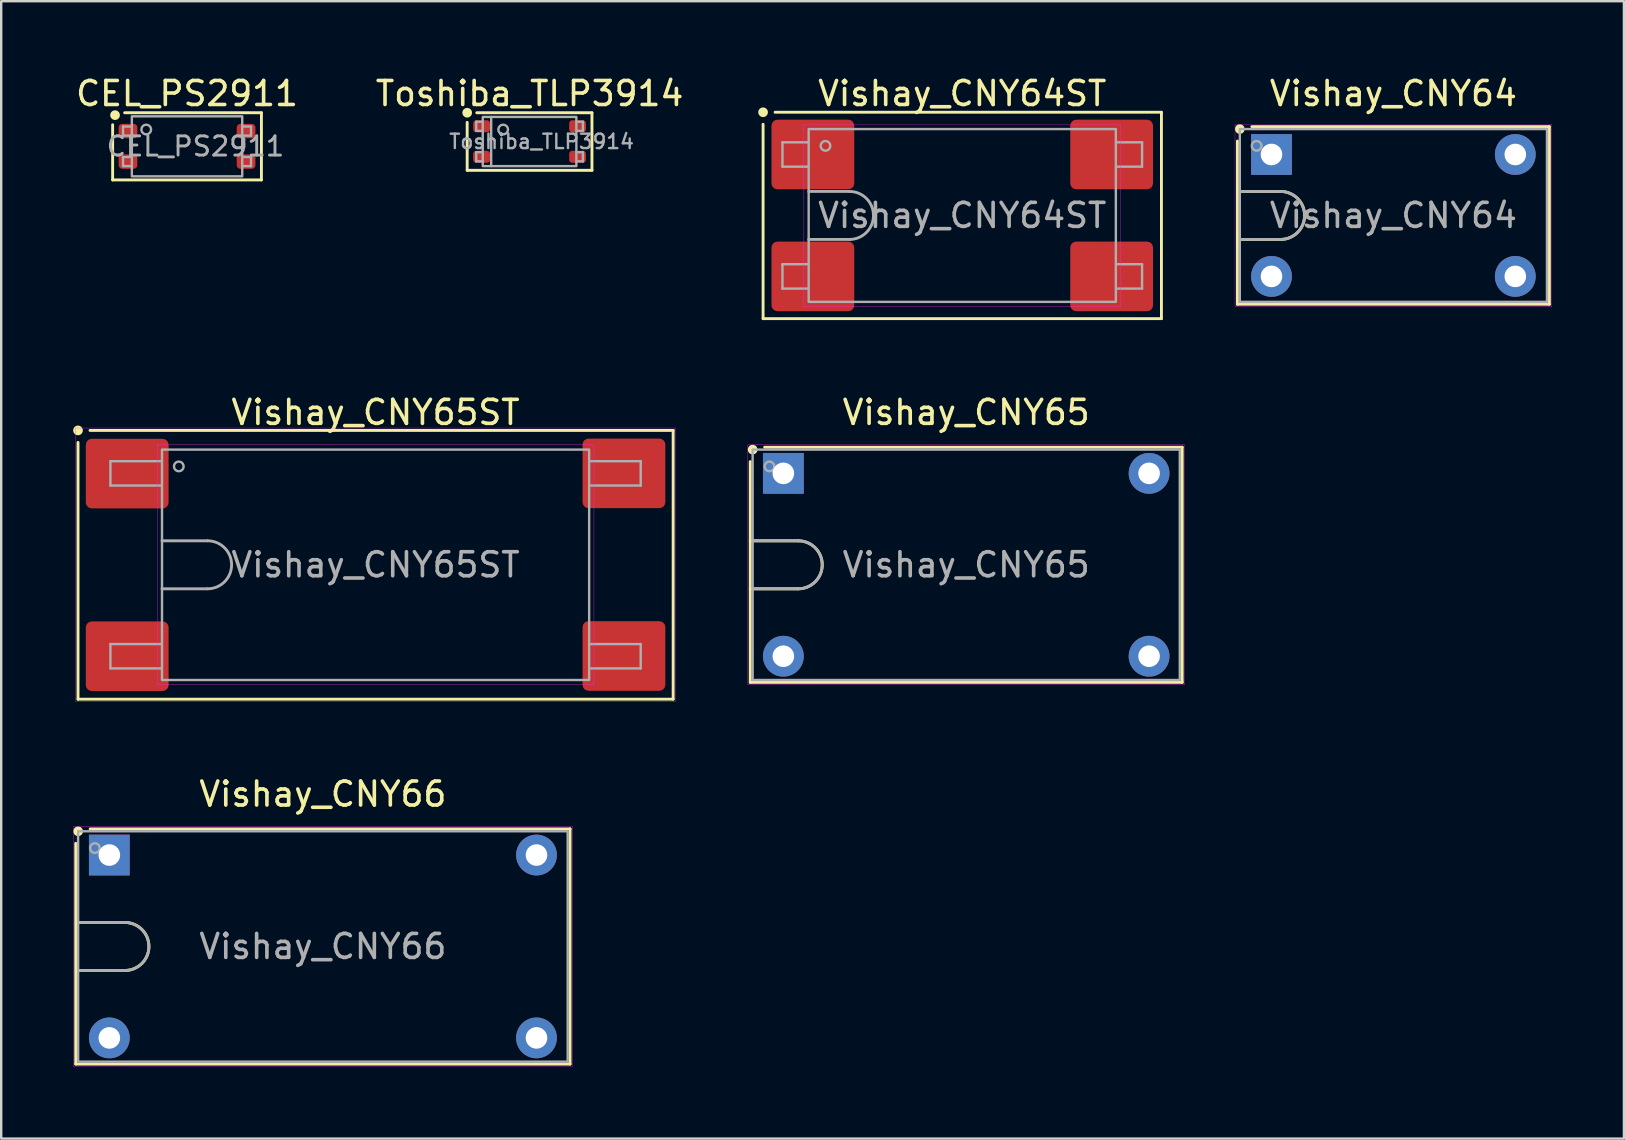
<source format=kicad_pcb>
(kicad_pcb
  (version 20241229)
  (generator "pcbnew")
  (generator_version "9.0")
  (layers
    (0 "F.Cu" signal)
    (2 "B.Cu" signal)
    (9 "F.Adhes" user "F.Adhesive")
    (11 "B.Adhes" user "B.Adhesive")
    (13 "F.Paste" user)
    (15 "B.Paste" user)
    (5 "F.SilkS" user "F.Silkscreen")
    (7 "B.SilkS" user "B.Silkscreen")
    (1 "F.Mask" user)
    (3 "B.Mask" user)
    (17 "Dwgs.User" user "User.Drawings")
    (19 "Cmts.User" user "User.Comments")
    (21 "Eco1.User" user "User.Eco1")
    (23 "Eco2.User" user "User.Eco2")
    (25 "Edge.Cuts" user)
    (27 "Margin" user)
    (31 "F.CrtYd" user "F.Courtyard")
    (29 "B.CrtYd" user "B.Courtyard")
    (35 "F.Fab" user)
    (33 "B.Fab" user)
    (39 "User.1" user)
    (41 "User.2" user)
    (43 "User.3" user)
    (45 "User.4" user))
  (footprint "Toshiba_TLP3914"
    (layer "F.Cu")
    (at 19.018 2.848)
    (property "Reference" "Toshiba_TLP3914" (at 0 -2 0) (unlocked yes) (layer "F.SilkS") (effects (font (size 1 1) (thickness 0.15))))
    (fp_line (start -2.6 1.2) (end -2.6 -0.8) (stroke (width 0.12) (type solid)) (layer "F.SilkS"))
    (fp_line (start -2.2 -1.2) (end 2.6 -1.2) (stroke (width 0.12) (type solid)) (layer "F.SilkS"))
    (fp_line (start 2.6 -1.2) (end 2.6 1.2) (stroke (width 0.12) (type solid)) (layer "F.SilkS"))
    (fp_line (start 2.6 1.2) (end -2.6 1.2) (stroke (width 0.12) (type solid)) (layer "F.SilkS"))
    (fp_circle (center -2.6 -1.2) (end -2.459 -1.2) (stroke (width 0.12) (type solid)) (fill yes) (layer "F.SilkS"))
    (fp_line (start -2.223 -0.826) (end -2.223 -0.445) (stroke (width 0.1) (type solid)) (layer "F.Fab"))
    (fp_line (start -2.223 -0.445) (end -1.968 -0.445) (stroke (width 0.1) (type solid)) (layer "F.Fab"))
    (fp_line (start -2.223 0.445) (end -2.223 0.826) (stroke (width 0.1) (type solid)) (layer "F.Fab"))
    (fp_line (start -2.223 0.826) (end -1.968 0.826) (stroke (width 0.1) (type solid)) (layer "F.Fab"))
    (fp_line (start -1.968 -0.826) (end -2.223 -0.826) (stroke (width 0.1) (type solid)) (layer "F.Fab"))
    (fp_line (start -1.968 0.445) (end -2.223 0.445) (stroke (width 0.1) (type solid)) (layer "F.Fab"))
    (fp_line (start -1.6 -1.025) (end -1.6 1.025) (stroke (width 0.1) (type solid)) (layer "F.Fab"))
    (fp_line (start 1.968 -0.445) (end 2.223 -0.445) (stroke (width 0.1) (type solid)) (layer "F.Fab"))
    (fp_line (start 1.968 0.826) (end 2.223 0.826) (stroke (width 0.1) (type solid)) (layer "F.Fab"))
    (fp_line (start 2.223 -0.826) (end 1.968 -0.826) (stroke (width 0.1) (type solid)) (layer "F.Fab"))
    (fp_line (start 2.223 -0.445) (end 2.223 -0.826) (stroke (width 0.1) (type solid)) (layer "F.Fab"))
    (fp_line (start 2.223 0.445) (end 1.968 0.445) (stroke (width 0.1) (type solid)) (layer "F.Fab"))
    (fp_line (start 2.223 0.826) (end 2.223 0.445) (stroke (width 0.1) (type solid)) (layer "F.Fab"))
    (fp_rect (start -1.95 -1.025) (end 1.95 1.025) (stroke (width 0.1) (type solid)) (fill no) (layer "F.Fab"))
    (fp_circle (center -1.1 -0.5) (end -0.9 -0.5) (stroke (width 0.1) (type solid)) (fill no) (layer "F.Fab"))
    (fp_text user "${REFERENCE}" (at 0.5 0 0) (layer "F.Fab") (effects (font (size 0.6 0.6) (thickness 0.1))))
    (pad "1" smd roundrect (at -2 -0.635) (size 0.7 0.5) (layers "F.Cu" "F.Mask" "F.Paste") (roundrect_rratio 0.25))
    (pad "2" smd roundrect (at -2 0.635) (size 0.7 0.5) (layers "F.Cu" "F.Mask" "F.Paste") (roundrect_rratio 0.25))
    (pad "3" smd roundrect (at 2 0.635) (size 0.7 0.5) (layers "F.Cu" "F.Mask" "F.Paste") (roundrect_rratio 0.25))
    (pad "4" smd roundrect (at 2 -0.635) (size 0.7 0.5) (layers "F.Cu" "F.Mask" "F.Paste") (roundrect_rratio 0.25)))
  (footprint "Vishay_CNY66"
    (layer "F.Cu")
    (at 10.406 36.391)
    (property "Reference" "Vishay_CNY66" (at 0 -6.35 0) (unlocked yes) (layer "F.SilkS") (effects (font (size 1 1) (thickness 0.15))))
    (fp_line (start -10.3 -4.3) (end -10.3 4.9) (stroke (width 0.12) (type solid)) (layer "F.SilkS"))
    (fp_line (start -10.3 4.9) (end 10.3 4.9) (stroke (width 0.12) (type solid)) (layer "F.SilkS"))
    (fp_line (start -10.25 -1) (end -8.25 -1) (stroke (width 0.12) (type solid)) (layer "F.SilkS"))
    (fp_line (start -8.25 1) (end -10.25 1) (stroke (width 0.12) (type solid)) (layer "F.SilkS"))
    (fp_line (start 10.3 -4.9) (end -9.7 -4.9) (stroke (width 0.12) (type solid)) (layer "F.SilkS"))
    (fp_line (start 10.3 4.9) (end 10.3 -4.9) (stroke (width 0.12) (type solid)) (layer "F.SilkS"))
    (fp_arc (start -8.25 -1) (mid -7.25 0) (end -8.25 1) (stroke (width 0.12) (type solid)) (layer "F.SilkS"))
    (fp_circle (center -10.2 -4.8) (end -10.059 -4.8) (stroke (width 0.12) (type solid)) (fill yes) (layer "F.SilkS"))
    (fp_rect (start -10.4 -5) (end 10.4 5) (stroke (width 0.013) (type solid)) (fill no) (layer "F.CrtYd"))
    (fp_line (start -10.15 -1) (end -8.25 -1) (stroke (width 0.12) (type solid)) (layer "F.Fab"))
    (fp_line (start -8.25 1) (end -10.15 1) (stroke (width 0.12) (type solid)) (layer "F.Fab"))
    (fp_rect (start -10.2 -4.8) (end 10.2 4.8) (stroke (width 0.1) (type solid)) (fill no) (layer "F.Fab"))
    (fp_arc (start -8.25 -1) (mid -7.25 0) (end -8.25 1) (stroke (width 0.12) (type solid)) (layer "F.Fab"))
    (fp_circle (center -9.5 -4.1) (end -9.3 -4.1) (stroke (width 0.1) (type solid)) (fill no) (layer "F.Fab"))
    (fp_text user "${REFERENCE}" (at 0 0 0) (layer "F.Fab") (effects (font (size 1 1) (thickness 0.15))))
    (pad "1" thru_hole rect (at -8.9 -3.81) (size 1.7 1.7) (drill 0.9) (layers "*.Cu" "*.Mask"))
    (pad "2" thru_hole circle (at -8.9 3.81) (size 1.7 1.7) (drill 0.9) (layers "*.Cu" "*.Mask"))
    (pad "3" thru_hole circle (at 8.9 3.81) (size 1.7 1.7) (drill 0.9) (layers "*.Cu" "*.Mask"))
    (pad "4" thru_hole circle (at 8.9 -3.81) (size 1.7 1.7) (drill 0.9) (layers "*.Cu" "*.Mask")))
  (footprint "Vishay_CNY65"
    (layer "F.Cu")
    (at 37.214 20.486)
    (property "Reference" "Vishay_CNY65" (at 0 -6.35 0) (unlocked yes) (layer "F.SilkS") (effects (font (size 1 1) (thickness 0.15))))
    (fp_line (start -9 -4.3) (end -9 4.9) (stroke (width 0.12) (type solid)) (layer "F.SilkS"))
    (fp_line (start -9 -1) (end -7 -1) (stroke (width 0.12) (type solid)) (layer "F.SilkS"))
    (fp_line (start -9 4.9) (end 9 4.9) (stroke (width 0.12) (type solid)) (layer "F.SilkS"))
    (fp_line (start -7 1) (end -9 1) (stroke (width 0.12) (type solid)) (layer "F.SilkS"))
    (fp_line (start 9 -4.9) (end -8.4 -4.9) (stroke (width 0.12) (type solid)) (layer "F.SilkS"))
    (fp_line (start 9 4.9) (end 9 -4.9) (stroke (width 0.12) (type solid)) (layer "F.SilkS"))
    (fp_arc (start -7 -1) (mid -6 0) (end -7 1) (stroke (width 0.12) (type solid)) (layer "F.SilkS"))
    (fp_circle (center -8.9 -4.8) (end -8.759 -4.8) (stroke (width 0.12) (type solid)) (fill yes) (layer "F.SilkS"))
    (fp_rect (start -9.1 -5) (end 9.1 5) (stroke (width 0.013) (type solid)) (fill no) (layer "F.CrtYd"))
    (fp_line (start -8.9 -1) (end -7 -1) (stroke (width 0.12) (type solid)) (layer "F.Fab"))
    (fp_line (start -7 1) (end -8.9 1) (stroke (width 0.12) (type solid)) (layer "F.Fab"))
    (fp_rect (start -8.9 -4.8) (end 8.9 4.8) (stroke (width 0.1) (type solid)) (fill no) (layer "F.Fab"))
    (fp_arc (start -7 -1) (mid -6 0) (end -7 1) (stroke (width 0.12) (type solid)) (layer "F.Fab"))
    (fp_circle (center -8.2 -4.1) (end -8 -4.1) (stroke (width 0.1) (type solid)) (fill no) (layer "F.Fab"))
    (fp_text user "${REFERENCE}" (at 0 0 0) (layer "F.Fab") (effects (font (size 1 1) (thickness 0.15))))
    (pad "1" thru_hole rect (at -7.62 -3.81) (size 1.7 1.7) (drill 0.9) (layers "*.Cu" "*.Mask"))
    (pad "2" thru_hole circle (at -7.62 3.81) (size 1.7 1.7) (drill 0.9) (layers "*.Cu" "*.Mask"))
    (pad "3" thru_hole circle (at 7.62 3.81) (size 1.7 1.7) (drill 0.9) (layers "*.Cu" "*.Mask"))
    (pad "4" thru_hole circle (at 7.62 -3.81) (size 1.7 1.7) (drill 0.9) (layers "*.Cu" "*.Mask")))
  (footprint "CEL_PS2911"
    (layer "F.Cu")
    (at 4.744 3.048)
    (property "Reference" "CEL_PS2911" (at 0 -2.2 0) (unlocked yes) (layer "F.SilkS") (effects (font (size 1 1) (thickness 0.15))))
    (fp_line (start -3.1 1.4) (end -3.1 -0.9) (stroke (width 0.12) (type solid)) (layer "F.SilkS"))
    (fp_line (start -2.6 -1.4) (end 3.1 -1.4) (stroke (width 0.12) (type solid)) (layer "F.SilkS"))
    (fp_line (start 3.1 -1.4) (end 3.1 1.4) (stroke (width 0.12) (type solid)) (layer "F.SilkS"))
    (fp_line (start 3.1 1.4) (end -3.1 1.4) (stroke (width 0.12) (type solid)) (layer "F.SilkS"))
    (fp_circle (center -3 -1.3) (end -2.859 -1.3) (stroke (width 0.12) (type solid)) (fill yes) (layer "F.SilkS"))
    (fp_line (start -2.667 -0.826) (end -2.667 -0.445) (stroke (width 0.1) (type solid)) (layer "F.Fab"))
    (fp_line (start -2.667 -0.445) (end -2.349 -0.445) (stroke (width 0.1) (type solid)) (layer "F.Fab"))
    (fp_line (start -2.667 0.445) (end -2.667 0.826) (stroke (width 0.1) (type solid)) (layer "F.Fab"))
    (fp_line (start -2.667 0.826) (end -2.349 0.826) (stroke (width 0.1) (type solid)) (layer "F.Fab"))
    (fp_line (start -2.349 -0.826) (end -2.667 -0.826) (stroke (width 0.1) (type solid)) (layer "F.Fab"))
    (fp_line (start -2.349 0.445) (end -2.667 0.445) (stroke (width 0.1) (type solid)) (layer "F.Fab"))
    (fp_line (start 2.349 -0.445) (end 2.667 -0.445) (stroke (width 0.1) (type solid)) (layer "F.Fab"))
    (fp_line (start 2.349 0.826) (end 2.667 0.826) (stroke (width 0.1) (type solid)) (layer "F.Fab"))
    (fp_line (start 2.667 -0.826) (end 2.349 -0.826) (stroke (width 0.1) (type solid)) (layer "F.Fab"))
    (fp_line (start 2.667 -0.445) (end 2.667 -0.826) (stroke (width 0.1) (type solid)) (layer "F.Fab"))
    (fp_line (start 2.667 0.445) (end 2.349 0.445) (stroke (width 0.1) (type solid)) (layer "F.Fab"))
    (fp_line (start 2.667 0.826) (end 2.667 0.445) (stroke (width 0.1) (type solid)) (layer "F.Fab"))
    (fp_rect (start -2.3 -1.25) (end 2.3 1.25) (stroke (width 0.1) (type solid)) (fill no) (layer "F.Fab"))
    (fp_circle (center -1.7 -0.7) (end -1.5 -0.7) (stroke (width 0.1) (type solid)) (fill no) (layer "F.Fab"))
    (fp_text user "${REFERENCE}" (at 0.35 0 0) (layer "F.Fab") (effects (font (size 0.8 0.8) (thickness 0.12))))
    (pad "1" smd roundrect (at -2.46 -0.635) (size 0.78 0.6) (layers "F.Cu" "F.Mask" "F.Paste") (roundrect_rratio 0.25))
    (pad "2" smd roundrect (at -2.46 0.635) (size 0.78 0.6) (layers "F.Cu" "F.Mask" "F.Paste") (roundrect_rratio 0.25))
    (pad "3" smd roundrect (at 2.46 0.635) (size 0.78 0.6) (layers "F.Cu" "F.Mask" "F.Paste") (roundrect_rratio 0.25))
    (pad "4" smd roundrect (at 2.46 -0.635) (size 0.78 0.6) (layers "F.Cu" "F.Mask" "F.Paste") (roundrect_rratio 0.25)))
  (footprint "Vishay_CNY65ST"
    (layer "F.Cu")
    (at 12.601 20.486)
    (property "Reference" "Vishay_CNY65ST" (at 0 -6.35 0) (unlocked yes) (layer "F.SilkS") (effects (font (size 1 1) (thickness 0.15))))
    (fp_line (start -12.4 -5.1) (end -12.4 5.6) (stroke (width 0.12) (type solid)) (layer "F.SilkS"))
    (fp_line (start -12.4 5.6) (end 12.4 5.6) (stroke (width 0.12) (type solid)) (layer "F.SilkS"))
    (fp_line (start 12.4 -5.6) (end -11.9 -5.6) (stroke (width 0.12) (type solid)) (layer "F.SilkS"))
    (fp_line (start 12.4 5.6) (end 12.4 -5.6) (stroke (width 0.12) (type solid)) (layer "F.SilkS"))
    (fp_circle (center -12.4 -5.6) (end -12.259 -5.6) (stroke (width 0.12) (type solid)) (fill yes) (layer "F.SilkS"))
    (fp_rect (start -12.5 -5.7) (end 12.5 5.7) (stroke (width 0.013) (type solid)) (fill no) (layer "F.CrtYd"))
    (fp_rect (start -9.1 -5) (end 9.1 5) (stroke (width 0.013) (type solid)) (fill no) (layer "F.CrtYd"))
    (fp_line (start -11.049 -4.318) (end -11.049 -3.302) (stroke (width 0.1) (type solid)) (layer "F.Fab"))
    (fp_line (start -11.049 -4.318) (end -8.954 -4.318) (stroke (width 0.1) (type solid)) (layer "F.Fab"))
    (fp_line (start -11.049 -3.302) (end -8.954 -3.302) (stroke (width 0.1) (type solid)) (layer "F.Fab"))
    (fp_line (start -11.049 3.302) (end -11.049 4.318) (stroke (width 0.1) (type solid)) (layer "F.Fab"))
    (fp_line (start -11.049 3.302) (end -8.954 3.302) (stroke (width 0.1) (type solid)) (layer "F.Fab"))
    (fp_line (start -11.049 4.318) (end -8.954 4.318) (stroke (width 0.1) (type solid)) (layer "F.Fab"))
    (fp_line (start -8.9 -1) (end -7 -1) (stroke (width 0.12) (type solid)) (layer "F.Fab"))
    (fp_line (start -7 1) (end -8.9 1) (stroke (width 0.12) (type solid)) (layer "F.Fab"))
    (fp_line (start 11.049 -4.318) (end 8.954 -4.318) (stroke (width 0.1) (type solid)) (layer "F.Fab"))
    (fp_line (start 11.049 -3.302) (end 8.954 -3.302) (stroke (width 0.1) (type solid)) (layer "F.Fab"))
    (fp_line (start 11.049 -3.302) (end 11.049 -4.318) (stroke (width 0.1) (type solid)) (layer "F.Fab"))
    (fp_line (start 11.049 3.302) (end 8.954 3.302) (stroke (width 0.1) (type solid)) (layer "F.Fab"))
    (fp_line (start 11.049 4.318) (end 8.954 4.318) (stroke (width 0.1) (type solid)) (layer "F.Fab"))
    (fp_line (start 11.049 4.318) (end 11.049 3.302) (stroke (width 0.1) (type solid)) (layer "F.Fab"))
    (fp_rect (start -8.9 -4.8) (end 8.9 4.8) (stroke (width 0.1) (type solid)) (fill no) (layer "F.Fab"))
    (fp_arc (start -7 -1) (mid -6 0) (end -7 1) (stroke (width 0.12) (type solid)) (layer "F.Fab"))
    (fp_circle (center -8.2 -4.1) (end -8 -4.1) (stroke (width 0.1) (type solid)) (fill no) (layer "F.Fab"))
    (fp_text user "${REFERENCE}" (at 0 0 0) (layer "F.Fab") (effects (font (size 1 1) (thickness 0.15))))
    (pad "1" smd roundrect (at -10.35 -3.8) (size 3.45 2.9) (layers "F.Cu" "F.Mask" "F.Paste") (roundrect_rratio 0.086))
    (pad "2" smd roundrect (at -10.35 3.81) (size 3.45 2.9) (layers "F.Cu" "F.Mask" "F.Paste") (roundrect_rratio 0.086))
    (pad "3" smd roundrect (at 10.35 3.8) (size 3.45 2.9) (layers "F.Cu" "F.Mask" "F.Paste") (roundrect_rratio 0.086))
    (pad "4" smd roundrect (at 10.35 -3.81) (size 3.45 2.9) (layers "F.Cu" "F.Mask" "F.Paste") (roundrect_rratio 0.086)))
  (footprint "Vishay_CNY64ST"
    (layer "F.Cu")
    (at 37.049 5.928)
    (property "Reference" "Vishay_CNY64ST" (at 0 -5.08 0) (unlocked yes) (layer "F.SilkS") (effects (font (size 1 1) (thickness 0.15))))
    (fp_line (start -8.3 -3.8) (end -8.3 4.3) (stroke (width 0.12) (type solid)) (layer "F.SilkS"))
    (fp_line (start -8.3 4.3) (end 8.3 4.3) (stroke (width 0.12) (type solid)) (layer "F.SilkS"))
    (fp_line (start 8.3 -4.3) (end -7.8 -4.3) (stroke (width 0.12) (type solid)) (layer "F.SilkS"))
    (fp_line (start 8.3 4.3) (end 8.3 -4.3) (stroke (width 0.12) (type solid)) (layer "F.SilkS"))
    (fp_circle (center -8.3 -4.3) (end -8.159 -4.3) (stroke (width 0.12) (type solid)) (fill yes) (layer "F.SilkS"))
    (fp_rect (start -6.6 -3.8) (end 6.6 3.8) (stroke (width 0.013) (type solid)) (fill no) (layer "F.CrtYd"))
    (fp_line (start -7.493 -3.048) (end -7.493 -2.032) (stroke (width 0.1) (type solid)) (layer "F.Fab"))
    (fp_line (start -7.493 -3.048) (end -6.413 -3.048) (stroke (width 0.1) (type solid)) (layer "F.Fab"))
    (fp_line (start -7.493 -2.032) (end -6.413 -2.032) (stroke (width 0.1) (type solid)) (layer "F.Fab"))
    (fp_line (start -7.493 2.032) (end -7.493 3.048) (stroke (width 0.1) (type solid)) (layer "F.Fab"))
    (fp_line (start -7.493 2.032) (end -6.413 2.032) (stroke (width 0.1) (type solid)) (layer "F.Fab"))
    (fp_line (start -7.493 3.048) (end -6.413 3.048) (stroke (width 0.1) (type solid)) (layer "F.Fab"))
    (fp_line (start -6.4 -1) (end -4.7 -1) (stroke (width 0.12) (type solid)) (layer "F.Fab"))
    (fp_line (start -4.7 1) (end -6.4 1) (stroke (width 0.12) (type solid)) (layer "F.Fab"))
    (fp_line (start 7.493 -3.048) (end 6.413 -3.048) (stroke (width 0.1) (type solid)) (layer "F.Fab"))
    (fp_line (start 7.493 -2.032) (end 6.413 -2.032) (stroke (width 0.1) (type solid)) (layer "F.Fab"))
    (fp_line (start 7.493 -2.032) (end 7.493 -3.048) (stroke (width 0.1) (type solid)) (layer "F.Fab"))
    (fp_line (start 7.493 2.032) (end 6.413 2.032) (stroke (width 0.1) (type solid)) (layer "F.Fab"))
    (fp_line (start 7.493 3.048) (end 6.413 3.048) (stroke (width 0.1) (type solid)) (layer "F.Fab"))
    (fp_line (start 7.493 3.048) (end 7.493 2.032) (stroke (width 0.1) (type solid)) (layer "F.Fab"))
    (fp_rect (start -6.4 -3.6) (end 6.4 3.6) (stroke (width 0.1) (type solid)) (fill no) (layer "F.Fab"))
    (fp_arc (start -4.7 -1) (mid -3.7 0) (end -4.7 1) (stroke (width 0.12) (type solid)) (layer "F.Fab"))
    (fp_circle (center -5.7 -2.9) (end -5.5 -2.9) (stroke (width 0.1) (type solid)) (fill no) (layer "F.Fab"))
    (fp_text user "${REFERENCE}" (at 0 0 0) (layer "F.Fab") (effects (font (size 1 1) (thickness 0.15))))
    (pad "1" smd roundrect (at -6.225 -2.54) (size 3.45 2.9) (layers "F.Cu" "F.Mask" "F.Paste") (roundrect_rratio 0.086))
    (pad "2" smd roundrect (at -6.225 2.54) (size 3.45 2.9) (layers "F.Cu" "F.Mask" "F.Paste") (roundrect_rratio 0.086))
    (pad "3" smd roundrect (at 6.225 2.54) (size 3.45 2.9) (layers "F.Cu" "F.Mask" "F.Paste") (roundrect_rratio 0.086))
    (pad "4" smd roundrect (at 6.225 -2.54) (size 3.45 2.9) (layers "F.Cu" "F.Mask" "F.Paste") (roundrect_rratio 0.086)))
  (footprint "Vishay_CNY64"
    (layer "F.Cu")
    (at 55.015 5.928)
    (property "Reference" "Vishay_CNY64" (at 0 -5.08 0) (unlocked yes) (layer "F.SilkS") (effects (font (size 1 1) (thickness 0.15))))
    (fp_line (start -6.5 -3.1) (end -6.5 3.7) (stroke (width 0.12) (type solid)) (layer "F.SilkS"))
    (fp_line (start -6.5 -1) (end -4.7 -1) (stroke (width 0.12) (type solid)) (layer "F.SilkS"))
    (fp_line (start -6.5 3.7) (end 6.5 3.7) (stroke (width 0.12) (type solid)) (layer "F.SilkS"))
    (fp_line (start -4.7 1) (end -6.5 1) (stroke (width 0.12) (type solid)) (layer "F.SilkS"))
    (fp_line (start 6.5 -3.7) (end -5.9 -3.7) (stroke (width 0.12) (type solid)) (layer "F.SilkS"))
    (fp_line (start 6.5 3.7) (end 6.5 -3.7) (stroke (width 0.12) (type solid)) (layer "F.SilkS"))
    (fp_arc (start -4.7 -1) (mid -3.7 0) (end -4.7 1) (stroke (width 0.12) (type solid)) (layer "F.SilkS"))
    (fp_circle (center -6.4 -3.6) (end -6.259 -3.6) (stroke (width 0.12) (type solid)) (fill yes) (layer "F.SilkS"))
    (fp_rect (start -6.6 -3.8) (end 6.6 3.8) (stroke (width 0.013) (type solid)) (fill no) (layer "F.CrtYd"))
    (fp_line (start -6.4 -1) (end -4.7 -1) (stroke (width 0.12) (type solid)) (layer "F.Fab"))
    (fp_line (start -4.7 1) (end -6.4 1) (stroke (width 0.12) (type solid)) (layer "F.Fab"))
    (fp_rect (start -6.4 -3.6) (end 6.4 3.6) (stroke (width 0.1) (type solid)) (fill no) (layer "F.Fab"))
    (fp_arc (start -4.7 -1) (mid -3.7 0) (end -4.7 1) (stroke (width 0.12) (type solid)) (layer "F.Fab"))
    (fp_circle (center -5.7 -2.9) (end -5.5 -2.9) (stroke (width 0.1) (type solid)) (fill no) (layer "F.Fab"))
    (fp_text user "${REFERENCE}" (at 0 0 0) (layer "F.Fab") (effects (font (size 1 1) (thickness 0.15))))
    (pad "1" thru_hole rect (at -5.08 -2.54) (size 1.7 1.7) (drill 0.9) (layers "*.Cu" "*.Mask"))
    (pad "2" thru_hole circle (at -5.08 2.54) (size 1.7 1.7) (drill 0.9) (layers "*.Cu" "*.Mask"))
    (pad "3" thru_hole circle (at 5.08 2.54) (size 1.7 1.7) (drill 0.9) (layers "*.Cu" "*.Mask"))
    (pad "4" thru_hole circle (at 5.08 -2.54) (size 1.7 1.7) (drill 0.9) (layers "*.Cu" "*.Mask")))
  (gr_rect
    (start -3 -3)
    (end 64.622 44.397)
    (stroke (width 0.1) (type default))
    (fill no)
    (layer "Edge.Cuts")))
</source>
